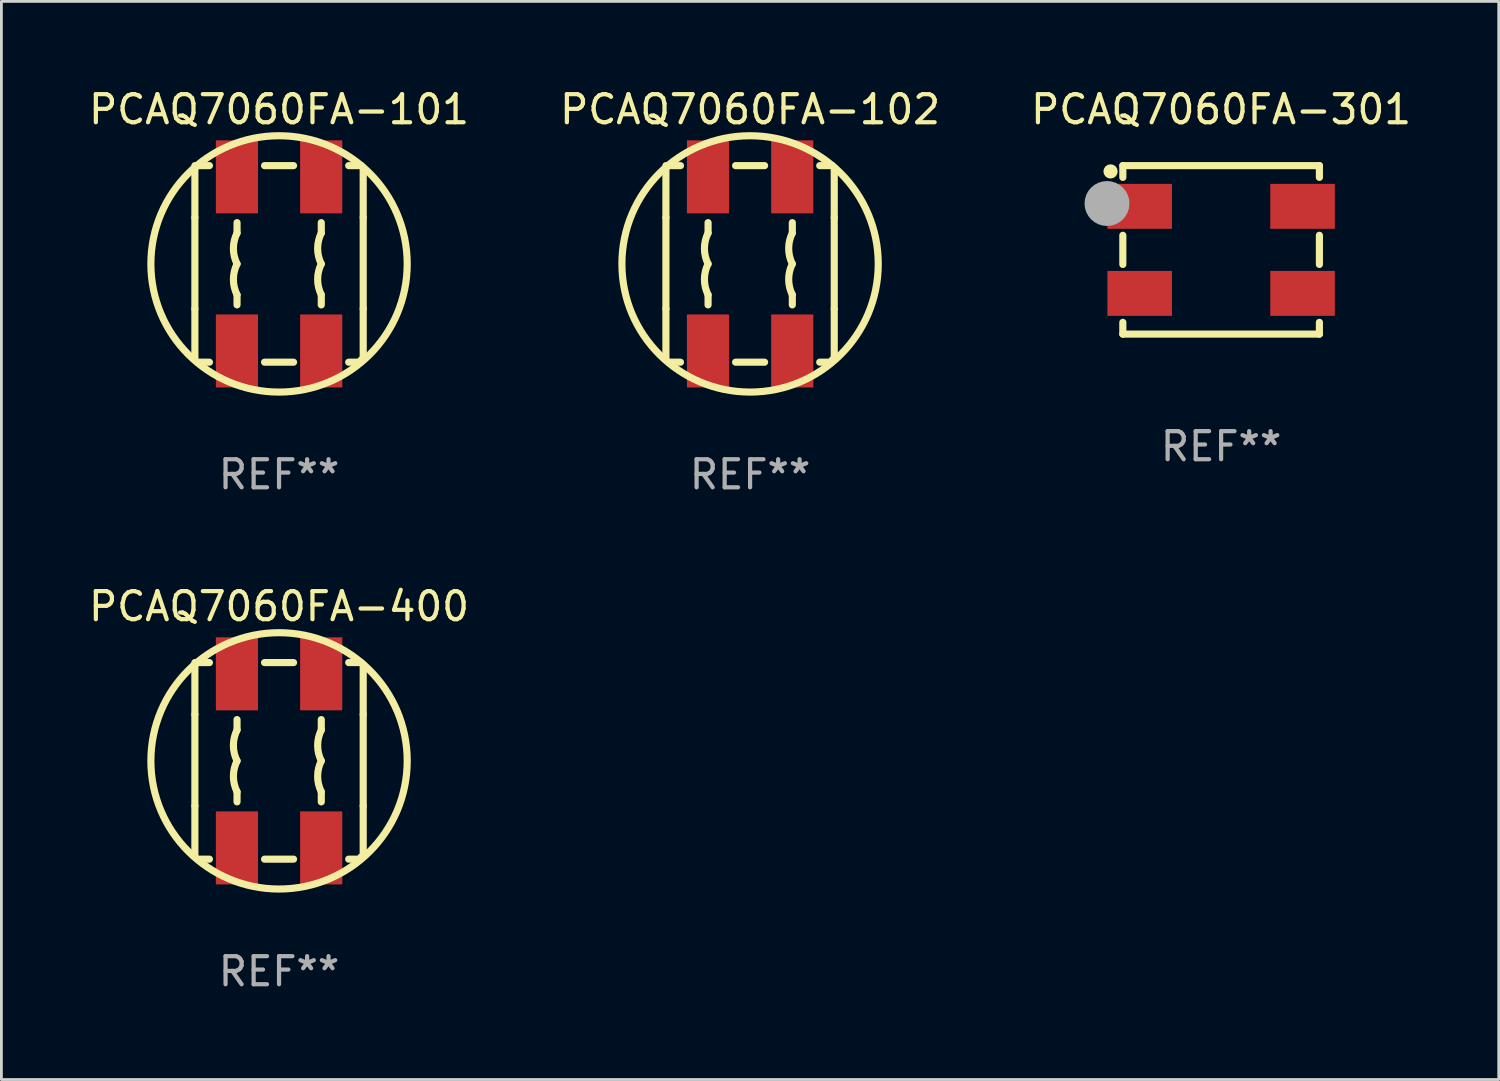
<source format=kicad_pcb>
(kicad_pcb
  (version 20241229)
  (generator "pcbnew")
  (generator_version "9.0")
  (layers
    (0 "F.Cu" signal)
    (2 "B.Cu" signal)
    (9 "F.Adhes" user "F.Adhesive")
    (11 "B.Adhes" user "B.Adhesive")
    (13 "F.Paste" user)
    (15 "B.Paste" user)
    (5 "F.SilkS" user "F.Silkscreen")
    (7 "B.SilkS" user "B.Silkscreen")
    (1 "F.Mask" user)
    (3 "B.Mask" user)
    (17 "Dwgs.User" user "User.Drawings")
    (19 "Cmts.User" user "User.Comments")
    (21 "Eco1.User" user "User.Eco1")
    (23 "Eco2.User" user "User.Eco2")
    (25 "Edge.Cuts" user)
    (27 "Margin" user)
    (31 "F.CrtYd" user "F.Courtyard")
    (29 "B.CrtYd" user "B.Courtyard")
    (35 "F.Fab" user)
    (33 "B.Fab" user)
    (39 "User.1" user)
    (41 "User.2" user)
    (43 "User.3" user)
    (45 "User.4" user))
  (footprint "PCAQ7060FA-101"
    (layer "F.Cu")
    (at 6.887 6.348)
    (property "Reference" "PCAQ7060FA-101" (at 0 -5.5 0) (layer "F.SilkS") (effects (font (size 1 1) (thickness 0.15))))
    (attr through_hole)
    (fp_line (start -2.997 -1.651) (end -2.997 -3.378) (stroke (width 0.254) (type solid)) (layer "F.SilkS"))
    (fp_line (start -2.997 1.6) (end -2.997 -1.651) (stroke (width 0.254) (type solid)) (layer "F.SilkS"))
    (fp_line (start -2.997 3.378) (end -2.997 1.6) (stroke (width 0.254) (type solid)) (layer "F.SilkS"))
    (fp_line (start -2.888 3.5) (end -2.479 3.5) (stroke (width 0.254) (type solid)) (layer "F.SilkS"))
    (fp_line (start -2.479 -3.5) (end -2.997 -3.5) (stroke (width 0.254) (type solid)) (layer "F.SilkS"))
    (fp_line (start -1.496 1.1) (end -1.496 1.46) (stroke (width 0.254) (type solid)) (layer "F.SilkS"))
    (fp_line (start -1.496 -1.1) (end -1.496 -1.47) (stroke (width 0.254) (type solid)) (layer "F.SilkS"))
    (fp_line (start -0.516 3.5) (end 0.517 3.5) (stroke (width 0.254) (type solid)) (layer "F.SilkS"))
    (fp_line (start 0.517 -3.5) (end -0.516 -3.5) (stroke (width 0.254) (type solid)) (layer "F.SilkS"))
    (fp_line (start 1.504 -1.1) (end 1.504 -1.47) (stroke (width 0.254) (type solid)) (layer "F.SilkS"))
    (fp_line (start 1.504 1.1) (end 1.504 1.46) (stroke (width 0.254) (type solid)) (layer "F.SilkS"))
    (fp_line (start 2.48 3.5) (end 2.888 3.5) (stroke (width 0.254) (type solid)) (layer "F.SilkS"))
    (fp_line (start 2.929 -3.5) (end 2.48 -3.5) (stroke (width 0.254) (type solid)) (layer "F.SilkS"))
    (fp_line (start 2.997 -3.429) (end 2.997 -1.651) (stroke (width 0.254) (type solid)) (layer "F.SilkS"))
    (fp_line (start 2.997 -1.651) (end 2.997 1.6) (stroke (width 0.254) (type solid)) (layer "F.SilkS"))
    (fp_line (start 2.997 1.6) (end 2.997 3.378) (stroke (width 0.254) (type solid)) (layer "F.SilkS"))
    (fp_arc (start -3 -3.3882) (mid -2.96726 -3.46726) (end -2.8882 -3.5) (stroke (width 0.254001) (type solid)) (layer "F.SilkS"))
    (fp_arc (start -1.495632 1.100051) (mid -1.625463 0.550063) (end -1.495631 0.000076) (stroke (width 0.254001) (type solid)) (layer "F.SilkS"))
    (fp_arc (start -1.495631 0) (mid -1.625459 -0.550003) (end -1.495606 -1.1) (stroke (width 0.254001) (type solid)) (layer "F.SilkS"))
    (fp_arc (start 1.504393 1.100051) (mid 1.374562 0.550063) (end 1.504394 0.000076) (stroke (width 0.254001) (type solid)) (layer "F.SilkS"))
    (fp_arc (start 1.504394 0.000025) (mid 1.374562 -0.549962) (end 1.504394 -1.099949) (stroke (width 0.254001) (type solid)) (layer "F.SilkS"))
    (fp_arc (start 2.8882 3.5) (mid 2.92094 3.42094) (end 3 3.3882) (stroke (width 0.254001) (type solid)) (layer "F.SilkS"))
    (fp_arc (start 2.9293 -3.5) (mid -2.929322 3.500022) (end 2.9293 -3.5) (stroke (width 0.254001) (type solid)) (layer "F.SilkS"))
    (fp_circle (center -2.999 3.5) (end -2.969 3.5) (stroke (width 0.06) (type solid)) (fill no) (layer "F.SilkS"))
    (fp_text user "REF**" (at 0 7.5 0) (layer "F.Fab") (effects (font (size 1 1) (thickness 0.15))))
    (pad "1" smd rect (at -1.499 3.1 90) (size 2.6 1.501) (layers "F.Cu" "F.Mask" "F.Paste"))
    (pad "2" smd rect (at 1.501 3.1 90) (size 2.6 1.501) (layers "F.Cu" "F.Mask" "F.Paste"))
    (pad "3" smd rect (at 1.501 -3.1 90) (size 2.6 1.501) (layers "F.Cu" "F.Mask" "F.Paste"))
    (pad "4" smd rect (at -1.499 -3.1 90) (size 2.6 1.501) (layers "F.Cu" "F.Mask" "F.Paste")))
  (footprint "PCAQ7060FA-102"
    (layer "F.Cu")
    (at 23.661 6.348)
    (property "Reference" "PCAQ7060FA-102" (at 0 -5.5 0) (layer "F.SilkS") (effects (font (size 1 1) (thickness 0.15))))
    (attr through_hole)
    (fp_line (start -2.997 -1.651) (end -2.997 -3.378) (stroke (width 0.254) (type solid)) (layer "F.SilkS"))
    (fp_line (start -2.997 1.6) (end -2.997 -1.651) (stroke (width 0.254) (type solid)) (layer "F.SilkS"))
    (fp_line (start -2.997 3.378) (end -2.997 1.6) (stroke (width 0.254) (type solid)) (layer "F.SilkS"))
    (fp_line (start -2.888 3.5) (end -2.479 3.5) (stroke (width 0.254) (type solid)) (layer "F.SilkS"))
    (fp_line (start -2.479 -3.5) (end -2.997 -3.5) (stroke (width 0.254) (type solid)) (layer "F.SilkS"))
    (fp_line (start -1.496 1.1) (end -1.496 1.46) (stroke (width 0.254) (type solid)) (layer "F.SilkS"))
    (fp_line (start -1.496 -1.1) (end -1.496 -1.47) (stroke (width 0.254) (type solid)) (layer "F.SilkS"))
    (fp_line (start -0.516 3.5) (end 0.517 3.5) (stroke (width 0.254) (type solid)) (layer "F.SilkS"))
    (fp_line (start 0.517 -3.5) (end -0.516 -3.5) (stroke (width 0.254) (type solid)) (layer "F.SilkS"))
    (fp_line (start 1.504 -1.1) (end 1.504 -1.47) (stroke (width 0.254) (type solid)) (layer "F.SilkS"))
    (fp_line (start 1.504 1.1) (end 1.504 1.46) (stroke (width 0.254) (type solid)) (layer "F.SilkS"))
    (fp_line (start 2.48 3.5) (end 2.888 3.5) (stroke (width 0.254) (type solid)) (layer "F.SilkS"))
    (fp_line (start 2.929 -3.5) (end 2.48 -3.5) (stroke (width 0.254) (type solid)) (layer "F.SilkS"))
    (fp_line (start 2.997 -3.429) (end 2.997 -1.651) (stroke (width 0.254) (type solid)) (layer "F.SilkS"))
    (fp_line (start 2.997 -1.651) (end 2.997 1.6) (stroke (width 0.254) (type solid)) (layer "F.SilkS"))
    (fp_line (start 2.997 1.6) (end 2.997 3.378) (stroke (width 0.254) (type solid)) (layer "F.SilkS"))
    (fp_arc (start -3 -3.3882) (mid -2.96726 -3.46726) (end -2.8882 -3.5) (stroke (width 0.254001) (type solid)) (layer "F.SilkS"))
    (fp_arc (start -1.495632 1.100051) (mid -1.625463 0.550063) (end -1.495631 0.000076) (stroke (width 0.254001) (type solid)) (layer "F.SilkS"))
    (fp_arc (start -1.495631 0) (mid -1.625459 -0.550003) (end -1.495606 -1.1) (stroke (width 0.254001) (type solid)) (layer "F.SilkS"))
    (fp_arc (start 1.504393 1.100051) (mid 1.374562 0.550063) (end 1.504394 0.000076) (stroke (width 0.254001) (type solid)) (layer "F.SilkS"))
    (fp_arc (start 1.504394 0.000025) (mid 1.374562 -0.549962) (end 1.504394 -1.099949) (stroke (width 0.254001) (type solid)) (layer "F.SilkS"))
    (fp_arc (start 2.8882 3.5) (mid 2.92094 3.42094) (end 3 3.3882) (stroke (width 0.254001) (type solid)) (layer "F.SilkS"))
    (fp_arc (start 2.9293 -3.5) (mid -2.929322 3.500022) (end 2.9293 -3.5) (stroke (width 0.254001) (type solid)) (layer "F.SilkS"))
    (fp_circle (center -2.999 3.5) (end -2.969 3.5) (stroke (width 0.06) (type solid)) (fill no) (layer "F.SilkS"))
    (fp_text user "REF**" (at 0 7.5 0) (layer "F.Fab") (effects (font (size 1 1) (thickness 0.15))))
    (pad "1" smd rect (at -1.499 3.1 90) (size 2.6 1.501) (layers "F.Cu" "F.Mask" "F.Paste"))
    (pad "2" smd rect (at 1.501 3.1 90) (size 2.6 1.501) (layers "F.Cu" "F.Mask" "F.Paste"))
    (pad "3" smd rect (at 1.501 -3.1 90) (size 2.6 1.501) (layers "F.Cu" "F.Mask" "F.Paste"))
    (pad "4" smd rect (at -1.499 -3.1 90) (size 2.6 1.501) (layers "F.Cu" "F.Mask" "F.Paste")))
  (footprint "PCAQ7060FA-400"
    (layer "F.Cu")
    (at 6.887 24.045)
    (property "Reference" "PCAQ7060FA-400" (at 0 -5.5 0) (layer "F.SilkS") (effects (font (size 1 1) (thickness 0.15))))
    (attr through_hole)
    (fp_line (start -2.997 -1.651) (end -2.997 -3.378) (stroke (width 0.254) (type solid)) (layer "F.SilkS"))
    (fp_line (start -2.997 1.6) (end -2.997 -1.651) (stroke (width 0.254) (type solid)) (layer "F.SilkS"))
    (fp_line (start -2.997 3.378) (end -2.997 1.6) (stroke (width 0.254) (type solid)) (layer "F.SilkS"))
    (fp_line (start -2.888 3.5) (end -2.479 3.5) (stroke (width 0.254) (type solid)) (layer "F.SilkS"))
    (fp_line (start -2.479 -3.5) (end -2.997 -3.5) (stroke (width 0.254) (type solid)) (layer "F.SilkS"))
    (fp_line (start -1.496 1.1) (end -1.496 1.46) (stroke (width 0.254) (type solid)) (layer "F.SilkS"))
    (fp_line (start -1.496 -1.1) (end -1.496 -1.47) (stroke (width 0.254) (type solid)) (layer "F.SilkS"))
    (fp_line (start -0.516 3.5) (end 0.517 3.5) (stroke (width 0.254) (type solid)) (layer "F.SilkS"))
    (fp_line (start 0.517 -3.5) (end -0.516 -3.5) (stroke (width 0.254) (type solid)) (layer "F.SilkS"))
    (fp_line (start 1.504 -1.1) (end 1.504 -1.47) (stroke (width 0.254) (type solid)) (layer "F.SilkS"))
    (fp_line (start 1.504 1.1) (end 1.504 1.46) (stroke (width 0.254) (type solid)) (layer "F.SilkS"))
    (fp_line (start 2.48 3.5) (end 2.888 3.5) (stroke (width 0.254) (type solid)) (layer "F.SilkS"))
    (fp_line (start 2.929 -3.5) (end 2.48 -3.5) (stroke (width 0.254) (type solid)) (layer "F.SilkS"))
    (fp_line (start 2.997 -3.429) (end 2.997 -1.651) (stroke (width 0.254) (type solid)) (layer "F.SilkS"))
    (fp_line (start 2.997 -1.651) (end 2.997 1.6) (stroke (width 0.254) (type solid)) (layer "F.SilkS"))
    (fp_line (start 2.997 1.6) (end 2.997 3.378) (stroke (width 0.254) (type solid)) (layer "F.SilkS"))
    (fp_arc (start -3 -3.3882) (mid -2.96726 -3.46726) (end -2.8882 -3.5) (stroke (width 0.254001) (type solid)) (layer "F.SilkS"))
    (fp_arc (start -1.495632 1.100051) (mid -1.625463 0.550063) (end -1.495631 0.000076) (stroke (width 0.254001) (type solid)) (layer "F.SilkS"))
    (fp_arc (start -1.495631 0) (mid -1.625459 -0.550003) (end -1.495606 -1.1) (stroke (width 0.254001) (type solid)) (layer "F.SilkS"))
    (fp_arc (start 1.504393 1.100051) (mid 1.374562 0.550063) (end 1.504394 0.000076) (stroke (width 0.254001) (type solid)) (layer "F.SilkS"))
    (fp_arc (start 1.504394 0.000025) (mid 1.374562 -0.549962) (end 1.504394 -1.099949) (stroke (width 0.254001) (type solid)) (layer "F.SilkS"))
    (fp_arc (start 2.8882 3.5) (mid 2.92094 3.42094) (end 3 3.3882) (stroke (width 0.254001) (type solid)) (layer "F.SilkS"))
    (fp_arc (start 2.9293 -3.5) (mid -2.929322 3.500022) (end 2.9293 -3.5) (stroke (width 0.254001) (type solid)) (layer "F.SilkS"))
    (fp_circle (center -2.999 3.5) (end -2.969 3.5) (stroke (width 0.06) (type solid)) (fill no) (layer "F.SilkS"))
    (fp_text user "REF**" (at 0 7.5 0) (layer "F.Fab") (effects (font (size 1 1) (thickness 0.15))))
    (pad "1" smd rect (at -1.499 3.1 90) (size 2.6 1.501) (layers "F.Cu" "F.Mask" "F.Paste"))
    (pad "2" smd rect (at 1.501 3.1 90) (size 2.6 1.501) (layers "F.Cu" "F.Mask" "F.Paste"))
    (pad "3" smd rect (at 1.501 -3.1 90) (size 2.6 1.501) (layers "F.Cu" "F.Mask" "F.Paste"))
    (pad "4" smd rect (at -1.499 -3.1 90) (size 2.6 1.501) (layers "F.Cu" "F.Mask" "F.Paste")))
  (footprint "PCAQ7060FA-301"
    (layer "F.Cu")
    (at 40.435 5.848)
    (property "Reference" "PCAQ7060FA-301" (at 0 -5 0) (layer "F.SilkS") (effects (font (size 1 1) (thickness 0.15))))
    (attr through_hole)
    (fp_line (start -3.5 -3) (end -3.5 -2.581) (stroke (width 0.254) (type solid)) (layer "F.SilkS"))
    (fp_line (start -3.5 -3) (end 3.5 -3) (stroke (width 0.254) (type solid)) (layer "F.SilkS"))
    (fp_line (start -3.5 -0.519) (end -3.5 0.519) (stroke (width 0.254) (type solid)) (layer "F.SilkS"))
    (fp_line (start -3.5 2.581) (end -3.5 3) (stroke (width 0.254) (type solid)) (layer "F.SilkS"))
    (fp_line (start -3.5 3) (end 3.5 3) (stroke (width 0.254) (type solid)) (layer "F.SilkS"))
    (fp_line (start 3.5 -3) (end 3.5 -2.581) (stroke (width 0.254) (type solid)) (layer "F.SilkS"))
    (fp_line (start 3.5 -0.519) (end 3.5 0.519) (stroke (width 0.254) (type solid)) (layer "F.SilkS"))
    (fp_line (start 3.5 2.581) (end 3.5 3) (stroke (width 0.254) (type solid)) (layer "F.SilkS"))
    (fp_circle (center -3.937 -2.794) (end -3.81 -2.794) (stroke (width 0.254) (type solid)) (fill no) (layer "F.SilkS"))
    (fp_circle (center -3.5 -3) (end -3.47 -3) (stroke (width 0.06) (type solid)) (fill no) (layer "F.SilkS"))
    (fp_circle (center -4.064 -1.651) (end -3.664 -1.651) (stroke (width 0.8) (type solid)) (fill no) (layer "F.Fab"))
    (fp_text user "REF**" (at 0 7 0) (layer "F.Fab") (effects (font (size 1 1) (thickness 0.15))))
    (pad "1" smd rect (at -2.9 -1.55) (size 2.3 1.6) (layers "F.Cu" "F.Mask" "F.Paste"))
    (pad "2" smd rect (at -2.9 1.55) (size 2.3 1.6) (layers "F.Cu" "F.Mask" "F.Paste"))
    (pad "3" smd rect (at 2.9 1.55) (size 2.3 1.6) (layers "F.Cu" "F.Mask" "F.Paste"))
    (pad "4" smd rect (at 2.9 -1.55) (size 2.3 1.6) (layers "F.Cu" "F.Mask" "F.Paste")))
  (gr_rect
    (start -3 -3)
    (end 50.321 35.393)
    (stroke (width 0.1) (type default))
    (fill no)
    (layer "Edge.Cuts")))
</source>
